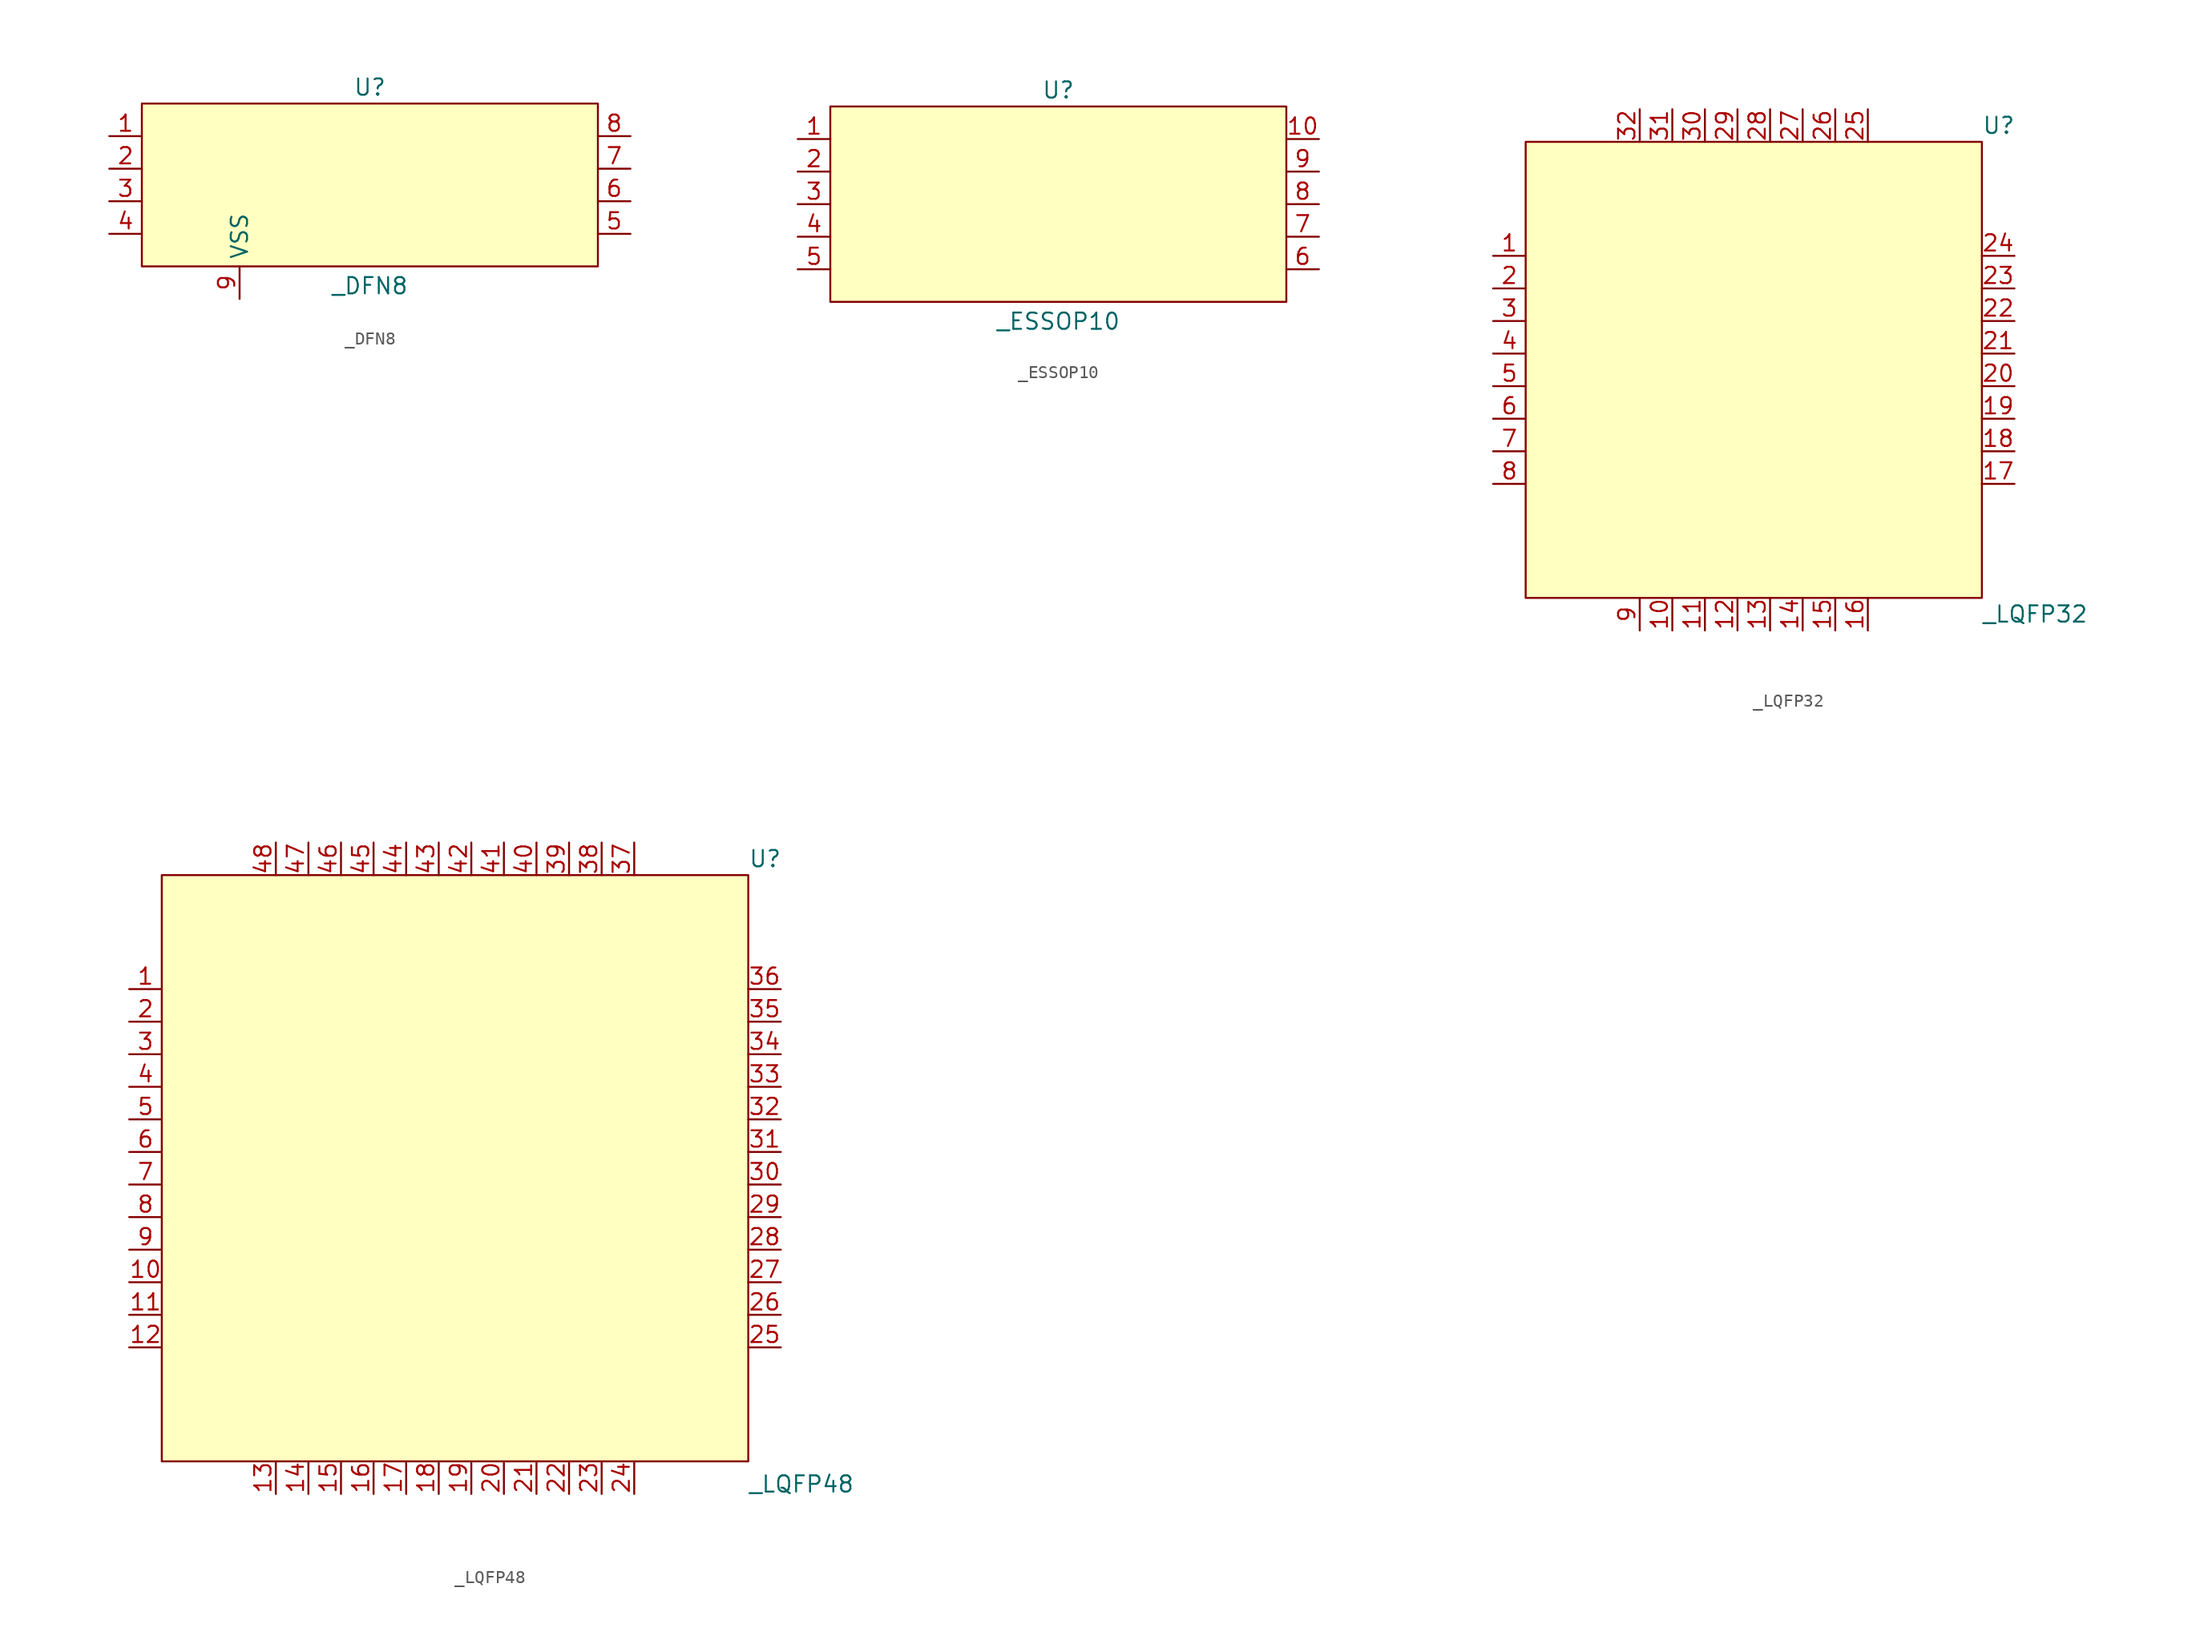
<source format=kicad_sym>
(kicad_symbol_lib
  (version 20241209)
  (generator "kicad_symbol_editor")
  (generator_version "9.0")
  (symbol "_DFN8"
    (property "Reference" "U"
      (at 0 7.62 0)
      (effects (font (size 1.27 1.27))))
    (property "Value" "_DFN8"
      (at 0 -7.874 0)
      (effects (font (size 1.27 1.27))))
    (symbol "_DFN8_0_0"
      (pin unspecified line (at -20.32 -1.27 0) (length 2.54) (name "" (effects (font (size 1.27 1.27)))) (number "3" (effects (font (size 1.27 1.27)))))
      (pin unspecified line (at -20.32 -3.81 0) (length 2.54) (name "" (effects (font (size 1.27 1.27)))) (number "4" (effects (font (size 1.27 1.27)))))
      (pin unspecified line (at 20.32 3.81 180) (length 2.54) (name "" (effects (font (size 1.27 1.27)))) (number "8" (effects (font (size 1.27 1.27)))))
      (pin unspecified line (at 20.32 1.27 180) (length 2.54) (name "" (effects (font (size 1.27 1.27)))) (number "7" (effects (font (size 1.27 1.27)))))
      (pin unspecified line (at 20.32 -1.27 180) (length 2.54) (name "" (effects (font (size 1.27 1.27)))) (number "6" (effects (font (size 1.27 1.27)))))
      (pin unspecified line (at 20.32 -3.81 180) (length 2.54) (name "" (effects (font (size 1.27 1.27)))) (number "5" (effects (font (size 1.27 1.27))))))
    (symbol "_DFN8_1_0"
      (pin unspecified line (at -20.32 3.81 0) (length 2.54) (name "" (effects (font (size 1.27 1.27)))) (number "1" (effects (font (size 1.27 1.27)))))
      (pin unspecified line (at -20.32 1.27 0) (length 2.54) (name "" (effects (font (size 1.27 1.27)))) (number "2" (effects (font (size 1.27 1.27)))))
      (pin unspecified line (at -10.16 -8.89 90) (length 2.54) (name "VSS" (effects (font (size 1.27 1.27)))) (number "9" (effects (font (size 1.27 1.27))))))
    (symbol "_DFN8_1_1"
      (rectangle (start -17.78 6.35) (end 17.78 -6.35) (stroke (width 0) (type solid)) (fill (type background)))))
  (symbol "_ESSOP10"
    (property "Reference" "U"
      (at 0 8.89 0)
      (effects (font (size 1.27 1.27))))
    (property "Value" "_ESSOP10"
      (at 0 -9.144 0)
      (effects (font (size 1.27 1.27))))
    (symbol "_ESSOP10_0_0"
      (pin unspecified line (at -20.32 5.08 0) (length 2.54) (name "" (effects (font (size 1.27 1.27)))) (number "1" (effects (font (size 1.27 1.27)))))
      (pin unspecified line (at -20.32 2.54 0) (length 2.54) (name "" (effects (font (size 1.27 1.27)))) (number "2" (effects (font (size 1.27 1.27)))))
      (pin unspecified line (at -20.32 0 0) (length 2.54) (name "" (effects (font (size 1.27 1.27)))) (number "3" (effects (font (size 1.27 1.27)))))
      (pin unspecified line (at -20.32 -2.54 0) (length 2.54) (name "" (effects (font (size 1.27 1.27)))) (number "4" (effects (font (size 1.27 1.27)))))
      (pin unspecified line (at -20.32 -5.08 0) (length 2.54) (name "" (effects (font (size 1.27 1.27)))) (number "5" (effects (font (size 1.27 1.27)))))
      (pin unspecified line (at 20.32 5.08 180) (length 2.54) (name "" (effects (font (size 1.27 1.27)))) (number "10" (effects (font (size 1.27 1.27)))))
      (pin unspecified line (at 20.32 2.54 180) (length 2.54) (name "" (effects (font (size 1.27 1.27)))) (number "9" (effects (font (size 1.27 1.27)))))
      (pin unspecified line (at 20.32 0 180) (length 2.54) (name "" (effects (font (size 1.27 1.27)))) (number "8" (effects (font (size 1.27 1.27)))))
      (pin unspecified line (at 20.32 -2.54 180) (length 2.54) (name "" (effects (font (size 1.27 1.27)))) (number "7" (effects (font (size 1.27 1.27)))))
      (pin unspecified line (at 20.32 -5.08 180) (length 2.54) (name "" (effects (font (size 1.27 1.27)))) (number "6" (effects (font (size 1.27 1.27))))))
    (symbol "_ESSOP10_1_1"
      (rectangle (start -17.78 7.62) (end 17.78 -7.62) (stroke (width 0) (type solid)) (fill (type background)))))
  (symbol "_LQFP32"
    (property "Reference" "U"
      (at 17.78 19.05 0)
      (effects (font (size 1.27 1.27)) (justify left)))
    (property "Value" "_LQFP32"
      (at 17.78 -19.05 0)
      (effects (font (size 1.27 1.27)) (justify left)))
    (symbol "_LQFP32_0_0"
      (pin unspecified line (at -20.32 8.89 0) (length 2.54) (name "" (effects (font (size 1.27 1.27)))) (number "1" (effects (font (size 1.27 1.27)))))
      (pin unspecified line (at -20.32 6.35 0) (length 2.54) (name "" (effects (font (size 1.27 1.27)))) (number "2" (effects (font (size 1.27 1.27)))))
      (pin unspecified line (at -20.32 3.81 0) (length 2.54) (name "" (effects (font (size 1.27 1.27)))) (number "3" (effects (font (size 1.27 1.27)))))
      (pin unspecified line (at -20.32 1.27 0) (length 2.54) (name "" (effects (font (size 1.27 1.27)))) (number "4" (effects (font (size 1.27 1.27)))))
      (pin unspecified line (at -20.32 -1.27 0) (length 2.54) (name "" (effects (font (size 1.27 1.27)))) (number "5" (effects (font (size 1.27 1.27)))))
      (pin unspecified line (at -20.32 -3.81 0) (length 2.54) (name "" (effects (font (size 1.27 1.27)))) (number "6" (effects (font (size 1.27 1.27)))))
      (pin unspecified line (at -20.32 -6.35 0) (length 2.54) (name "" (effects (font (size 1.27 1.27)))) (number "7" (effects (font (size 1.27 1.27)))))
      (pin unspecified line (at -20.32 -8.89 0) (length 2.54) (name "" (effects (font (size 1.27 1.27)))) (number "8" (effects (font (size 1.27 1.27)))))
      (pin unspecified line (at -8.89 20.32 270) (length 2.54) (name "" (effects (font (size 1.27 1.27)))) (number "32" (effects (font (size 1.27 1.27)))))
      (pin unspecified line (at -8.89 -20.32 90) (length 2.54) (name "" (effects (font (size 1.27 1.27)))) (number "9" (effects (font (size 1.27 1.27)))))
      (pin unspecified line (at -6.35 20.32 270) (length 2.54) (name "" (effects (font (size 1.27 1.27)))) (number "31" (effects (font (size 1.27 1.27)))))
      (pin unspecified line (at -6.35 -20.32 90) (length 2.54) (name "" (effects (font (size 1.27 1.27)))) (number "10" (effects (font (size 1.27 1.27)))))
      (pin unspecified line (at -3.81 20.32 270) (length 2.54) (name "" (effects (font (size 1.27 1.27)))) (number "30" (effects (font (size 1.27 1.27)))))
      (pin unspecified line (at -3.81 -20.32 90) (length 2.54) (name "" (effects (font (size 1.27 1.27)))) (number "11" (effects (font (size 1.27 1.27)))))
      (pin unspecified line (at -1.27 20.32 270) (length 2.54) (name "" (effects (font (size 1.27 1.27)))) (number "29" (effects (font (size 1.27 1.27)))))
      (pin unspecified line (at -1.27 -20.32 90) (length 2.54) (name "" (effects (font (size 1.27 1.27)))) (number "12" (effects (font (size 1.27 1.27)))))
      (pin unspecified line (at 1.27 20.32 270) (length 2.54) (name "" (effects (font (size 1.27 1.27)))) (number "28" (effects (font (size 1.27 1.27)))))
      (pin unspecified line (at 1.27 -20.32 90) (length 2.54) (name "" (effects (font (size 1.27 1.27)))) (number "13" (effects (font (size 1.27 1.27)))))
      (pin unspecified line (at 3.81 20.32 270) (length 2.54) (name "" (effects (font (size 1.27 1.27)))) (number "27" (effects (font (size 1.27 1.27)))))
      (pin unspecified line (at 3.81 -20.32 90) (length 2.54) (name "" (effects (font (size 1.27 1.27)))) (number "14" (effects (font (size 1.27 1.27)))))
      (pin unspecified line (at 6.35 20.32 270) (length 2.54) (name "" (effects (font (size 1.27 1.27)))) (number "26" (effects (font (size 1.27 1.27)))))
      (pin unspecified line (at 6.35 -20.32 90) (length 2.54) (name "" (effects (font (size 1.27 1.27)))) (number "15" (effects (font (size 1.27 1.27)))))
      (pin unspecified line (at 8.89 -20.32 90) (length 2.54) (name "" (effects (font (size 1.27 1.27)))) (number "16" (effects (font (size 1.27 1.27)))))
      (pin unspecified line (at 20.32 6.35 180) (length 2.54) (name "" (effects (font (size 1.27 1.27)))) (number "23" (effects (font (size 1.27 1.27)))))
      (pin unspecified line (at 20.32 3.81 180) (length 2.54) (name "" (effects (font (size 1.27 1.27)))) (number "22" (effects (font (size 1.27 1.27)))))
      (pin unspecified line (at 20.32 1.27 180) (length 2.54) (name "" (effects (font (size 1.27 1.27)))) (number "21" (effects (font (size 1.27 1.27)))))
      (pin unspecified line (at 20.32 -1.27 180) (length 2.54) (name "" (effects (font (size 1.27 1.27)))) (number "20" (effects (font (size 1.27 1.27)))))
      (pin unspecified line (at 20.32 -3.81 180) (length 2.54) (name "" (effects (font (size 1.27 1.27)))) (number "19" (effects (font (size 1.27 1.27)))))
      (pin unspecified line (at 20.32 -6.35 180) (length 2.54) (name "" (effects (font (size 1.27 1.27)))) (number "18" (effects (font (size 1.27 1.27)))))
      (pin unspecified line (at 20.32 -8.89 180) (length 2.54) (name "" (effects (font (size 1.27 1.27)))) (number "17" (effects (font (size 1.27 1.27))))))
    (symbol "_LQFP32_1_0"
      (pin unspecified line (at 8.89 20.32 270) (length 2.54) (name "" (effects (font (size 1.27 1.27)))) (number "25" (effects (font (size 1.27 1.27)))))
      (pin unspecified line (at 20.32 8.89 180) (length 2.54) (name "" (effects (font (size 1.27 1.27)))) (number "24" (effects (font (size 1.27 1.27))))))
    (symbol "_LQFP32_1_1"
      (rectangle (start -17.78 17.78) (end 17.78 -17.78) (stroke (width 0) (type solid)) (fill (type background)))))
  (symbol "_LQFP48"
    (property "Reference" "U"
      (at 22.86 24.13 0)
      (effects (font (size 1.27 1.27)) (justify left)))
    (property "Value" "_LQFP48"
      (at 22.86 -24.638 0)
      (effects (font (size 1.27 1.27)) (justify left)))
    (symbol "_LQFP48_0_0"
      (pin unspecified line (at -25.4 13.97 0) (length 2.54) (name "" (effects (font (size 1.27 1.27)))) (number "1" (effects (font (size 1.27 1.27)))))
      (pin unspecified line (at -25.4 11.43 0) (length 2.54) (name "" (effects (font (size 1.27 1.27)))) (number "2" (effects (font (size 1.27 1.27)))))
      (pin unspecified line (at -25.4 8.89 0) (length 2.54) (name "" (effects (font (size 1.27 1.27)))) (number "3" (effects (font (size 1.27 1.27)))))
      (pin unspecified line (at -25.4 6.35 0) (length 2.54) (name "" (effects (font (size 1.27 1.27)))) (number "4" (effects (font (size 1.27 1.27)))))
      (pin unspecified line (at -25.4 3.81 0) (length 2.54) (name "" (effects (font (size 1.27 1.27)))) (number "5" (effects (font (size 1.27 1.27)))))
      (pin unspecified line (at -25.4 1.27 0) (length 2.54) (name "" (effects (font (size 1.27 1.27)))) (number "6" (effects (font (size 1.27 1.27)))))
      (pin unspecified line (at -25.4 -1.27 0) (length 2.54) (name "" (effects (font (size 1.27 1.27)))) (number "7" (effects (font (size 1.27 1.27)))))
      (pin unspecified line (at -25.4 -3.81 0) (length 2.54) (name "" (effects (font (size 1.27 1.27)))) (number "8" (effects (font (size 1.27 1.27)))))
      (pin unspecified line (at -25.4 -6.35 0) (length 2.54) (name "" (effects (font (size 1.27 1.27)))) (number "9" (effects (font (size 1.27 1.27)))))
      (pin unspecified line (at -25.4 -8.89 0) (length 2.54) (name "" (effects (font (size 1.27 1.27)))) (number "10" (effects (font (size 1.27 1.27)))))
      (pin unspecified line (at -25.4 -11.43 0) (length 2.54) (name "" (effects (font (size 1.27 1.27)))) (number "11" (effects (font (size 1.27 1.27)))))
      (pin unspecified line (at -25.4 -13.97 0) (length 2.54) (name "" (effects (font (size 1.27 1.27)))) (number "12" (effects (font (size 1.27 1.27)))))
      (pin unspecified line (at -13.97 25.4 270) (length 2.54) (name "" (effects (font (size 1.27 1.27)))) (number "48" (effects (font (size 1.27 1.27)))))
      (pin unspecified line (at -13.97 -25.4 90) (length 2.54) (name "" (effects (font (size 1.27 1.27)))) (number "13" (effects (font (size 1.27 1.27)))))
      (pin unspecified line (at -11.43 25.4 270) (length 2.54) (name "" (effects (font (size 1.27 1.27)))) (number "47" (effects (font (size 1.27 1.27)))))
      (pin unspecified line (at -11.43 -25.4 90) (length 2.54) (name "" (effects (font (size 1.27 1.27)))) (number "14" (effects (font (size 1.27 1.27)))))
      (pin unspecified line (at -8.89 25.4 270) (length 2.54) (name "" (effects (font (size 1.27 1.27)))) (number "46" (effects (font (size 1.27 1.27)))))
      (pin unspecified line (at -8.89 -25.4 90) (length 2.54) (name "" (effects (font (size 1.27 1.27)))) (number "15" (effects (font (size 1.27 1.27)))))
      (pin unspecified line (at -6.35 25.4 270) (length 2.54) (name "" (effects (font (size 1.27 1.27)))) (number "45" (effects (font (size 1.27 1.27)))))
      (pin unspecified line (at -6.35 -25.4 90) (length 2.54) (name "" (effects (font (size 1.27 1.27)))) (number "16" (effects (font (size 1.27 1.27)))))
      (pin unspecified line (at -3.81 25.4 270) (length 2.54) (name "" (effects (font (size 1.27 1.27)))) (number "44" (effects (font (size 1.27 1.27)))))
      (pin unspecified line (at -3.81 -25.4 90) (length 2.54) (name "" (effects (font (size 1.27 1.27)))) (number "17" (effects (font (size 1.27 1.27)))))
      (pin unspecified line (at -1.27 25.4 270) (length 2.54) (name "" (effects (font (size 1.27 1.27)))) (number "43" (effects (font (size 1.27 1.27)))))
      (pin unspecified line (at -1.27 -25.4 90) (length 2.54) (name "" (effects (font (size 1.27 1.27)))) (number "18" (effects (font (size 1.27 1.27)))))
      (pin unspecified line (at 1.27 25.4 270) (length 2.54) (name "" (effects (font (size 1.27 1.27)))) (number "42" (effects (font (size 1.27 1.27)))))
      (pin unspecified line (at 1.27 -25.4 90) (length 2.54) (name "" (effects (font (size 1.27 1.27)))) (number "19" (effects (font (size 1.27 1.27)))))
      (pin unspecified line (at 3.81 -25.4 90) (length 2.54) (name "" (effects (font (size 1.27 1.27)))) (number "20" (effects (font (size 1.27 1.27)))))
      (pin unspecified line (at 6.35 -25.4 90) (length 2.54) (name "" (effects (font (size 1.27 1.27)))) (number "21" (effects (font (size 1.27 1.27)))))
      (pin unspecified line (at 8.89 25.4 270) (length 2.54) (name "" (effects (font (size 1.27 1.27)))) (number "39" (effects (font (size 1.27 1.27)))))
      (pin unspecified line (at 8.89 -25.4 90) (length 2.54) (name "" (effects (font (size 1.27 1.27)))) (number "22" (effects (font (size 1.27 1.27)))))
      (pin unspecified line (at 11.43 25.4 270) (length 2.54) (name "" (effects (font (size 1.27 1.27)))) (number "38" (effects (font (size 1.27 1.27)))))
      (pin unspecified line (at 11.43 -25.4 90) (length 2.54) (name "" (effects (font (size 1.27 1.27)))) (number "23" (effects (font (size 1.27 1.27)))))
      (pin unspecified line (at 13.97 25.4 270) (length 2.54) (name "" (effects (font (size 1.27 1.27)))) (number "37" (effects (font (size 1.27 1.27)))))
      (pin unspecified line (at 25.4 13.97 180) (length 2.54) (name "" (effects (font (size 1.27 1.27)))) (number "36" (effects (font (size 1.27 1.27)))))
      (pin unspecified line (at 25.4 11.43 180) (length 2.54) (name "" (effects (font (size 1.27 1.27)))) (number "35" (effects (font (size 1.27 1.27)))))
      (pin unspecified line (at 25.4 8.89 180) (length 2.54) (name "" (effects (font (size 1.27 1.27)))) (number "34" (effects (font (size 1.27 1.27)))))
      (pin unspecified line (at 25.4 6.35 180) (length 2.54) (name "" (effects (font (size 1.27 1.27)))) (number "33" (effects (font (size 1.27 1.27)))))
      (pin unspecified line (at 25.4 3.81 180) (length 2.54) (name "" (effects (font (size 1.27 1.27)))) (number "32" (effects (font (size 1.27 1.27)))))
      (pin unspecified line (at 25.4 1.27 180) (length 2.54) (name "" (effects (font (size 1.27 1.27)))) (number "31" (effects (font (size 1.27 1.27)))))
      (pin unspecified line (at 25.4 -1.27 180) (length 2.54) (name "" (effects (font (size 1.27 1.27)))) (number "30" (effects (font (size 1.27 1.27)))))
      (pin unspecified line (at 25.4 -3.81 180) (length 2.54) (name "" (effects (font (size 1.27 1.27)))) (number "29" (effects (font (size 1.27 1.27)))))
      (pin unspecified line (at 25.4 -6.35 180) (length 2.54) (name "" (effects (font (size 1.27 1.27)))) (number "28" (effects (font (size 1.27 1.27)))))
      (pin unspecified line (at 25.4 -8.89 180) (length 2.54) (name "" (effects (font (size 1.27 1.27)))) (number "27" (effects (font (size 1.27 1.27)))))
      (pin unspecified line (at 25.4 -11.43 180) (length 2.54) (name "" (effects (font (size 1.27 1.27)))) (number "26" (effects (font (size 1.27 1.27))))))
    (symbol "_LQFP48_1_0"
      (pin unspecified line (at 3.81 25.4 270) (length 2.54) (name "" (effects (font (size 1.27 1.27)))) (number "41" (effects (font (size 1.27 1.27)))))
      (pin unspecified line (at 6.35 25.4 270) (length 2.54) (name "" (effects (font (size 1.27 1.27)))) (number "40" (effects (font (size 1.27 1.27)))))
      (pin unspecified line (at 13.97 -25.4 90) (length 2.54) (name "" (effects (font (size 1.27 1.27)))) (number "24" (effects (font (size 1.27 1.27)))))
      (pin unspecified line (at 25.4 -13.97 180) (length 2.54) (name "" (effects (font (size 1.27 1.27)))) (number "25" (effects (font (size 1.27 1.27))))))
    (symbol "_LQFP48_1_1"
      (rectangle (start -22.86 22.86) (end 22.86 -22.86) (stroke (width 0) (type solid)) (fill (type background))))))
</source>
